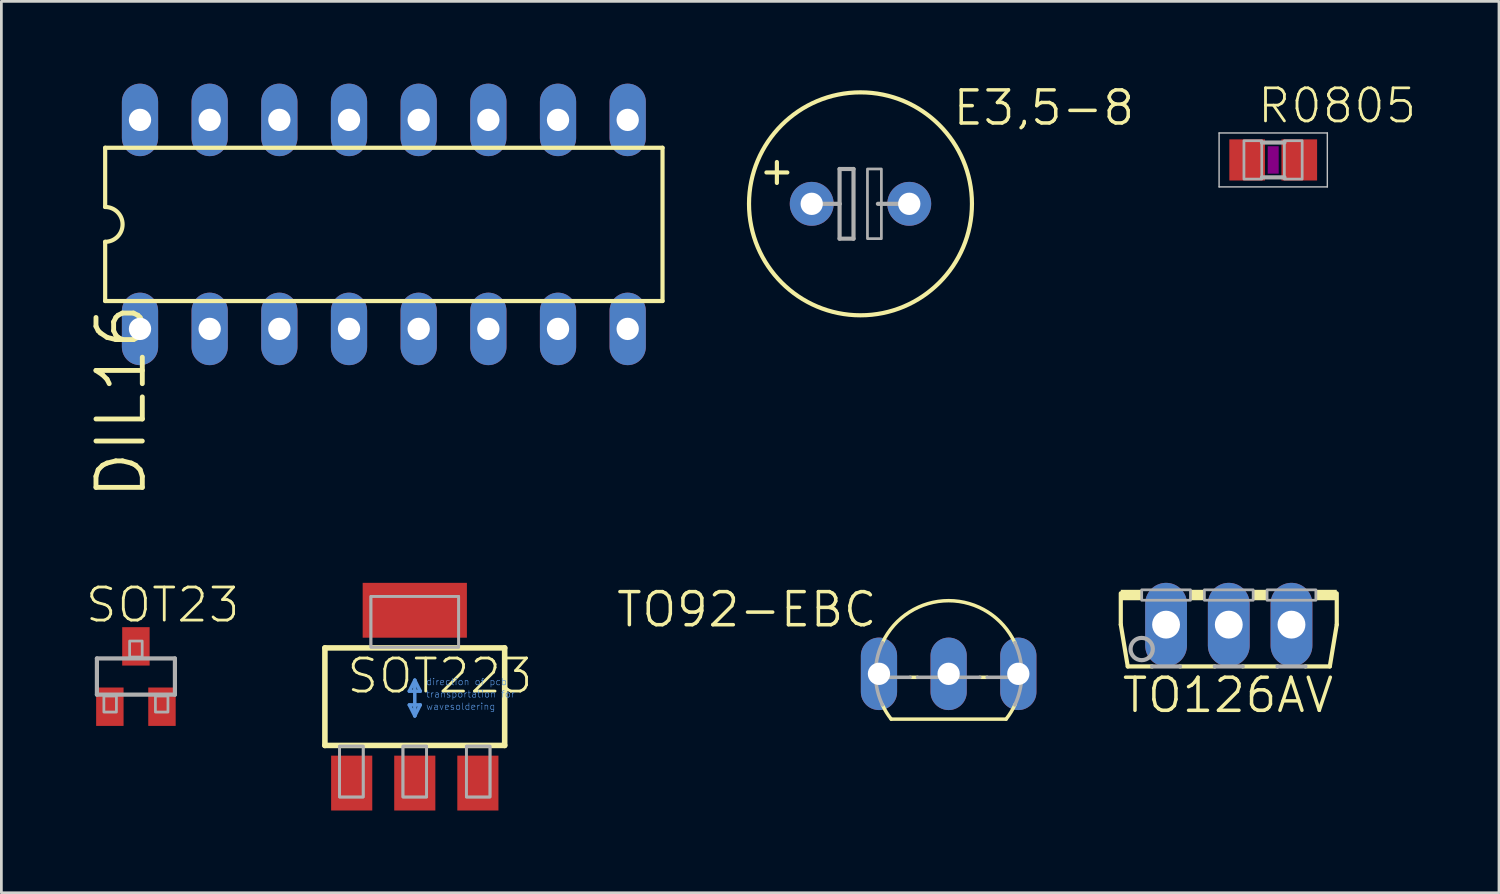
<source format=kicad_pcb>
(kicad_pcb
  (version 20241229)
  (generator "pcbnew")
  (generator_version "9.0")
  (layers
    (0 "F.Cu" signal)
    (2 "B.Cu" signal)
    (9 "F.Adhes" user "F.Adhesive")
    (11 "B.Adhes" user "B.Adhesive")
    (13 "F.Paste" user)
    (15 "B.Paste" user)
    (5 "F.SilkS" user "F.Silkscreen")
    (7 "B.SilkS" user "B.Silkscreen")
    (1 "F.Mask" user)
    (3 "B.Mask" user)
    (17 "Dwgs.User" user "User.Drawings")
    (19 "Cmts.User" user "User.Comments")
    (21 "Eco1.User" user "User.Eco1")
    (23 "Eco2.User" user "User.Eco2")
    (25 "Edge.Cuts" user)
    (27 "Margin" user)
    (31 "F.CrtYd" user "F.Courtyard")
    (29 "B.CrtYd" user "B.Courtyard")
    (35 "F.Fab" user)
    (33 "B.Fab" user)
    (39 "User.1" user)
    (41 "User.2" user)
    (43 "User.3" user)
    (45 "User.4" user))
  (footprint "SOT223"
    (layer "F.Cu")
    (at 12.072 22.349)
    (property "Reference" "SOT223" (at -2.54 -0.051 0) (layer "F.SilkS") (effects (font (size 1.206 1.206) (thickness 0.102)) (justify left bottom)))
    (attr through_hole)
    (fp_line (start -3.277 -1.778) (end 3.277 -1.778) (stroke (width 0.203) (type solid)) (layer "F.SilkS"))
    (fp_line (start -3.277 1.778) (end -3.277 -1.778) (stroke (width 0.203) (type solid)) (layer "F.SilkS"))
    (fp_line (start 3.277 -1.778) (end 3.277 1.778) (stroke (width 0.203) (type solid)) (layer "F.SilkS"))
    (fp_line (start 3.277 1.778) (end -3.277 1.778) (stroke (width 0.203) (type solid)) (layer "F.SilkS"))
    (fp_line (start -0.2 -0.2) (end 0.2 -0.2) (stroke (width 0.127) (type solid)) (layer "Cmts.User"))
    (fp_line (start -0.2 0.3) (end 0 0.7) (stroke (width 0.127) (type solid)) (layer "Cmts.User"))
    (fp_line (start 0 -0.6) (end -0.2 -0.2) (stroke (width 0.127) (type solid)) (layer "Cmts.User"))
    (fp_line (start 0 0.7) (end 0 -0.6) (stroke (width 0.127) (type solid)) (layer "Cmts.User"))
    (fp_line (start 0 0.7) (end 0.2 0.3) (stroke (width 0.127) (type solid)) (layer "Cmts.User"))
    (fp_line (start 0.2 -0.2) (end 0 -0.6) (stroke (width 0.127) (type solid)) (layer "Cmts.User"))
    (fp_line (start 0.2 0.3) (end -0.2 0.3) (stroke (width 0.127) (type solid)) (layer "Cmts.User"))
    (fp_poly (pts (xy -2.743 1.803) (xy -2.743 3.658) (xy -1.88 3.658) (xy -1.88 1.803)) (stroke (width 0.1) (type solid)) (fill no) (layer "F.Fab"))
    (fp_poly (pts (xy -2.743 1.803) (xy -2.743 3.658) (xy -1.88 3.658) (xy -1.88 1.803)) (stroke (width 0.1) (type solid)) (fill no) (layer "F.Fab"))
    (fp_poly (pts (xy -1.6 -3.658) (xy -1.6 -1.803) (xy 1.6 -1.803) (xy 1.6 -3.658)) (stroke (width 0.1) (type solid)) (fill no) (layer "F.Fab"))
    (fp_poly (pts (xy -1.6 -3.658) (xy -1.6 -1.803) (xy 1.6 -1.803) (xy 1.6 -3.658)) (stroke (width 0.1) (type solid)) (fill no) (layer "F.Fab"))
    (fp_poly (pts (xy -0.432 1.803) (xy -0.432 3.658) (xy 0.432 3.658) (xy 0.432 1.803)) (stroke (width 0.1) (type solid)) (fill no) (layer "F.Fab"))
    (fp_poly (pts (xy -0.432 1.803) (xy -0.432 3.658) (xy 0.432 3.658) (xy 0.432 1.803)) (stroke (width 0.1) (type solid)) (fill no) (layer "F.Fab"))
    (fp_poly (pts (xy 1.88 1.803) (xy 1.88 3.658) (xy 2.743 3.658) (xy 2.743 1.803)) (stroke (width 0.1) (type solid)) (fill no) (layer "F.Fab"))
    (fp_poly (pts (xy 1.88 1.803) (xy 1.88 3.658) (xy 2.743 3.658) (xy 2.743 1.803)) (stroke (width 0.1) (type solid)) (fill no) (layer "F.Fab"))
    (fp_text user "direction of pcb" (at 0.4 -0.4 0) (layer "Cmts.User") (effects (font (size 0.241 0.241) (thickness 0.02)) (justify left bottom)))
    (fp_text user "transportation for" (at 0.4 0.05 0) (layer "Cmts.User") (effects (font (size 0.241 0.241) (thickness 0.02)) (justify left bottom)))
    (fp_text user "wavesoldering" (at 0.4 0.5 0) (layer "Cmts.User") (effects (font (size 0.241 0.241) (thickness 0.02)) (justify left bottom)))
    (pad "1" smd rect (at -2.3 3.15) (size 1.5 2) (layers "F.Cu" "F.Mask" "F.Paste"))
    (pad "2" smd rect (at 0 3.15) (size 1.5 2) (layers "F.Cu" "F.Mask" "F.Paste"))
    (pad "3" smd rect (at 2.3 3.15) (size 1.5 2) (layers "F.Cu" "F.Mask" "F.Paste"))
    (pad "4" smd rect (at 0 -3.15) (size 3.8 2) (layers "F.Cu" "F.Mask" "F.Paste")))
  (footprint "DIL16"
    (layer "F.Cu")
    (at 10.944 5.131)
    (property "Reference" "DIL16" (at -10.566 2.794 90) (layer "F.SilkS") (effects (font (size 1.689 1.689) (thickness 0.178)) (justify right top)))
    (attr through_hole)
    (fp_line (start -10.16 -2.794) (end -10.16 -0.635) (stroke (width 0.152) (type solid)) (layer "F.SilkS"))
    (fp_line (start -10.16 0.635) (end -10.16 2.794) (stroke (width 0.152) (type solid)) (layer "F.SilkS"))
    (fp_line (start -10.16 2.794) (end 10.16 2.794) (stroke (width 0.152) (type solid)) (layer "F.SilkS"))
    (fp_line (start 10.16 -2.794) (end -10.16 -2.794) (stroke (width 0.152) (type solid)) (layer "F.SilkS"))
    (fp_line (start 10.16 2.794) (end 10.16 -2.794) (stroke (width 0.152) (type solid)) (layer "F.SilkS"))
    (fp_arc (start -10.16 -0.635) (mid -9.525 0) (end -10.16 0.635) (stroke (width 0.1524) (type solid)) (layer "F.SilkS"))
    (pad "1" thru_hole oval (at -8.89 3.81 90) (size 2.642 1.321) (drill 0.813) (layers "*.Cu" "*.Mask"))
    (pad "2" thru_hole oval (at -6.35 3.81 90) (size 2.642 1.321) (drill 0.813) (layers "*.Cu" "*.Mask"))
    (pad "3" thru_hole oval (at -3.81 3.81 90) (size 2.642 1.321) (drill 0.813) (layers "*.Cu" "*.Mask"))
    (pad "4" thru_hole oval (at -1.27 3.81 90) (size 2.642 1.321) (drill 0.813) (layers "*.Cu" "*.Mask"))
    (pad "5" thru_hole oval (at 1.27 3.81 90) (size 2.642 1.321) (drill 0.813) (layers "*.Cu" "*.Mask"))
    (pad "6" thru_hole oval (at 3.81 3.81 90) (size 2.642 1.321) (drill 0.813) (layers "*.Cu" "*.Mask"))
    (pad "7" thru_hole oval (at 6.35 3.81 90) (size 2.642 1.321) (drill 0.813) (layers "*.Cu" "*.Mask"))
    (pad "8" thru_hole oval (at 8.89 3.81 90) (size 2.642 1.321) (drill 0.813) (layers "*.Cu" "*.Mask"))
    (pad "9" thru_hole oval (at 8.89 -3.81 90) (size 2.642 1.321) (drill 0.813) (layers "*.Cu" "*.Mask"))
    (pad "10" thru_hole oval (at 6.35 -3.81 90) (size 2.642 1.321) (drill 0.813) (layers "*.Cu" "*.Mask"))
    (pad "11" thru_hole oval (at 3.81 -3.81 90) (size 2.642 1.321) (drill 0.813) (layers "*.Cu" "*.Mask"))
    (pad "12" thru_hole oval (at 1.27 -3.81 90) (size 2.642 1.321) (drill 0.813) (layers "*.Cu" "*.Mask"))
    (pad "13" thru_hole oval (at -1.27 -3.81 90) (size 2.642 1.321) (drill 0.813) (layers "*.Cu" "*.Mask"))
    (pad "14" thru_hole oval (at -3.81 -3.81 90) (size 2.642 1.321) (drill 0.813) (layers "*.Cu" "*.Mask"))
    (pad "15" thru_hole oval (at -6.35 -3.81 90) (size 2.642 1.321) (drill 0.813) (layers "*.Cu" "*.Mask"))
    (pad "16" thru_hole oval (at -8.89 -3.81 90) (size 2.642 1.321) (drill 0.813) (layers "*.Cu" "*.Mask")))
  (footprint "E3,5-8"
    (layer "F.Cu")
    (at 28.321 4.381)
    (property "Reference" "E3,5-8" (at 3.302 -2.794 0) (layer "F.SilkS") (effects (font (size 1.206 1.206) (thickness 0.127)) (justify left bottom)))
    (attr through_hole)
    (fp_line (start -3.429 -1.143) (end -2.667 -1.143) (stroke (width 0.152) (type solid)) (layer "F.SilkS"))
    (fp_line (start -3.048 -0.762) (end -3.048 -1.524) (stroke (width 0.152) (type solid)) (layer "F.SilkS"))
    (fp_circle (center 0 0) (end 4.064 0) (stroke (width 0.152) (type solid)) (fill no) (layer "F.SilkS"))
    (fp_line (start -1.651 0) (end -0.762 0) (stroke (width 0.152) (type solid)) (layer "F.Fab"))
    (fp_line (start -0.762 -1.27) (end -0.762 0) (stroke (width 0.152) (type solid)) (layer "F.Fab"))
    (fp_line (start -0.762 0) (end -0.762 1.27) (stroke (width 0.152) (type solid)) (layer "F.Fab"))
    (fp_line (start -0.762 1.27) (end -0.254 1.27) (stroke (width 0.152) (type solid)) (layer "F.Fab"))
    (fp_line (start -0.254 -1.27) (end -0.762 -1.27) (stroke (width 0.152) (type solid)) (layer "F.Fab"))
    (fp_line (start -0.254 1.27) (end -0.254 -1.27) (stroke (width 0.152) (type solid)) (layer "F.Fab"))
    (fp_line (start 0.635 0) (end 1.651 0) (stroke (width 0.152) (type solid)) (layer "F.Fab"))
    (fp_poly (pts (xy 0.254 1.27) (xy 0.762 1.27) (xy 0.762 -1.27) (xy 0.254 -1.27)) (stroke (width 0.1) (type solid)) (fill no) (layer "F.Fab"))
    (pad "+" thru_hole circle (at -1.778 0) (size 1.6 1.6) (drill 0.813) (layers "*.Cu" "*.Mask"))
    (pad "-" thru_hole circle (at 1.778 0) (size 1.6 1.6) (drill 0.813) (layers "*.Cu" "*.Mask")))
  (footprint "SOT23"
    (layer "F.Cu")
    (at 1.905 21.615)
    (property "Reference" "SOT23" (at -1.905 -1.905 0) (layer "F.SilkS") (effects (font (size 1.206 1.206) (thickness 0.102)) (justify left bottom)))
    (attr through_hole)
    (fp_line (start -1.422 -0.66) (end 1.422 -0.66) (stroke (width 0.152) (type solid)) (layer "F.Fab"))
    (fp_line (start -1.422 0.66) (end -1.422 -0.66) (stroke (width 0.152) (type solid)) (layer "F.Fab"))
    (fp_line (start 1.422 -0.66) (end 1.422 0.66) (stroke (width 0.152) (type solid)) (layer "F.Fab"))
    (fp_line (start 1.422 0.66) (end -1.422 0.66) (stroke (width 0.152) (type solid)) (layer "F.Fab"))
    (fp_poly (pts (xy -1.168 1.295) (xy -0.711 1.295) (xy -0.711 0.711) (xy -1.168 0.711)) (stroke (width 0.1) (type solid)) (fill no) (layer "F.Fab"))
    (fp_poly (pts (xy -0.229 -0.711) (xy 0.229 -0.711) (xy 0.229 -1.295) (xy -0.229 -1.295)) (stroke (width 0.1) (type solid)) (fill no) (layer "F.Fab"))
    (fp_poly (pts (xy 0.711 1.295) (xy 1.168 1.295) (xy 1.168 0.711) (xy 0.711 0.711)) (stroke (width 0.1) (type solid)) (fill no) (layer "F.Fab"))
    (pad "1" smd rect (at -0.95 1.1) (size 1 1.4) (layers "F.Cu" "F.Mask" "F.Paste"))
    (pad "2" smd rect (at 0.95 1.1) (size 1 1.4) (layers "F.Cu" "F.Mask" "F.Paste"))
    (pad "3" smd rect (at 0 -1.1) (size 1 1.4) (layers "F.Cu" "F.Mask" "F.Paste")))
  (footprint "TO92-EBC"
    (layer "F.Cu")
    (at 31.535 20.246)
    (property "Reference" "TO92-EBC" (at -2.54 -1.778 0) (layer "F.SilkS") (effects (font (size 1.206 1.206) (thickness 0.127)) (justify right top)))
    (attr through_hole)
    (fp_line (start -2.095 2.921) (end 2.095 2.921) (stroke (width 0.127) (type solid)) (layer "F.SilkS"))
    (fp_line (start -1.136 1.397) (end -1.404 1.397) (stroke (width 0.127) (type solid)) (layer "F.SilkS"))
    (fp_line (start 1.404 1.397) (end 1.136 1.397) (stroke (width 0.127) (type solid)) (layer "F.SilkS"))
    (fp_arc (start -2.413 0.1341) (mid 0 -1.39699) (end 2.413 0.1341) (stroke (width 0.127) (type solid)) (layer "F.SilkS"))
    (fp_arc (start -2.095 2.921) (mid -2.268918 2.67252) (end -2.4135 2.4059) (stroke (width 0.127) (type solid)) (layer "F.SilkS"))
    (fp_arc (start 2.4247 2.3818) (mid 2.275878 2.661201) (end 2.095 2.921) (stroke (width 0.127) (type solid)) (layer "F.SilkS"))
    (fp_line (start -1.404 1.397) (end -2.664 1.397) (stroke (width 0.127) (type solid)) (layer "F.Fab"))
    (fp_line (start 1.136 1.397) (end -1.136 1.397) (stroke (width 0.127) (type solid)) (layer "F.Fab"))
    (fp_line (start 2.664 1.397) (end 1.404 1.397) (stroke (width 0.127) (type solid)) (layer "F.Fab"))
    (fp_arc (start -2.664 1.397) (mid -2.615858 0.750175) (end -2.413 0.1341) (stroke (width 0.127) (type solid)) (layer "F.Fab"))
    (fp_arc (start -2.413 2.4059) (mid -2.588137 1.913799) (end -2.664 1.397) (stroke (width 0.127) (type solid)) (layer "F.Fab"))
    (fp_arc (start 2.413 0.1341) (mid 2.615858 0.750175) (end 2.664 1.397) (stroke (width 0.127) (type solid)) (layer "F.Fab"))
    (fp_arc (start 2.664 1.397) (mid 2.588137 1.913799) (end 2.413 2.4059) (stroke (width 0.127) (type solid)) (layer "F.Fab"))
    (pad "B" thru_hole oval (at 0 1.27 90) (size 2.642 1.321) (drill 0.813) (layers "*.Cu" "*.Mask"))
    (pad "C" thru_hole oval (at 2.54 1.27 90) (size 2.642 1.321) (drill 0.813) (layers "*.Cu" "*.Mask"))
    (pad "E" thru_hole oval (at -2.54 1.27 90) (size 2.642 1.321) (drill 0.813) (layers "*.Cu" "*.Mask")))
  (footprint "TO126AV"
    (layer "F.Cu")
    (at 41.748 18.453)
    (property "Reference" "TO126AV" (at -3.962 4.547 0) (layer "F.SilkS") (effects (font (size 1.206 1.206) (thickness 0.127)) (justify left bottom)))
    (attr through_hole)
    (fp_line (start -3.937 0.127) (end -3.937 1.27) (stroke (width 0.152) (type solid)) (layer "F.SilkS"))
    (fp_line (start -3.937 1.27) (end -3.683 2.794) (stroke (width 0.152) (type solid)) (layer "F.SilkS"))
    (fp_line (start -3.683 2.794) (end -2.794 2.794) (stroke (width 0.152) (type solid)) (layer "F.SilkS"))
    (fp_line (start -1.778 2.794) (end -0.508 2.794) (stroke (width 0.152) (type solid)) (layer "F.SilkS"))
    (fp_line (start 0.508 2.794) (end 1.778 2.794) (stroke (width 0.152) (type solid)) (layer "F.SilkS"))
    (fp_line (start 2.794 2.794) (end 3.683 2.794) (stroke (width 0.152) (type solid)) (layer "F.SilkS"))
    (fp_line (start 3.683 2.794) (end 3.937 1.27) (stroke (width 0.152) (type solid)) (layer "F.SilkS"))
    (fp_line (start 3.937 1.27) (end 3.937 0.127) (stroke (width 0.152) (type solid)) (layer "F.SilkS"))
    (fp_poly (pts (xy -3.937 0.381) (xy -3.175 0.381) (xy -3.175 0) (xy -3.937 0)) (stroke (width 0) (type solid)) (fill yes) (layer "F.SilkS"))
    (fp_poly (pts (xy -1.397 0.381) (xy -0.889 0.381) (xy -0.889 0) (xy -1.397 0)) (stroke (width 0) (type solid)) (fill yes) (layer "F.SilkS"))
    (fp_poly (pts (xy 0.889 0.381) (xy 1.397 0.381) (xy 1.397 0) (xy 0.889 0)) (stroke (width 0) (type solid)) (fill yes) (layer "F.SilkS"))
    (fp_poly (pts (xy 3.175 0.381) (xy 3.937 0.381) (xy 3.937 0) (xy 3.175 0)) (stroke (width 0) (type solid)) (fill yes) (layer "F.SilkS"))
    (fp_line (start -2.794 2.794) (end -1.778 2.794) (stroke (width 0.152) (type solid)) (layer "F.Fab"))
    (fp_line (start -0.508 2.794) (end 0.508 2.794) (stroke (width 0.152) (type solid)) (layer "F.Fab"))
    (fp_line (start 1.778 2.794) (end 2.794 2.794) (stroke (width 0.152) (type solid)) (layer "F.Fab"))
    (fp_circle (center -3.175 2.159) (end -2.769 2.159) (stroke (width 0.152) (type solid)) (fill no) (layer "F.Fab"))
    (fp_poly (pts (xy -3.175 0.381) (xy -1.397 0.381) (xy -1.397 0) (xy -3.175 0)) (stroke (width 0.1) (type solid)) (fill no) (layer "F.Fab"))
    (fp_poly (pts (xy -0.889 0.381) (xy 0.889 0.381) (xy 0.889 0) (xy -0.889 0)) (stroke (width 0.1) (type solid)) (fill no) (layer "F.Fab"))
    (fp_poly (pts (xy 1.397 0.381) (xy 3.175 0.381) (xy 3.175 0) (xy 1.397 0)) (stroke (width 0.1) (type solid)) (fill no) (layer "F.Fab"))
    (pad "B" thru_hole oval (at 2.286 1.27 90) (size 3.048 1.524) (drill 1.016) (layers "*.Cu" "*.Mask"))
    (pad "C" thru_hole oval (at 0 1.27 90) (size 3.048 1.524) (drill 1.016) (layers "*.Cu" "*.Mask"))
    (pad "E" thru_hole oval (at -2.286 1.27 90) (size 3.048 1.524) (drill 1.016) (layers "*.Cu" "*.Mask")))
  (footprint "R0805"
    (layer "F.Cu")
    (at 43.368 2.781)
    (property "Reference" "R0805" (at -0.635 -1.27 0) (layer "F.SilkS") (effects (font (size 1.206 1.206) (thickness 0.102)) (justify left bottom)))
    (attr through_hole)
    (fp_poly (pts (xy -0.2 0.5) (xy 0.2 0.5) (xy 0.2 -0.5) (xy -0.2 -0.5)) (stroke (width 0) (type solid)) (fill yes) (layer "F.Adhes"))
    (fp_line (start -1.973 -0.983) (end 1.973 -0.983) (stroke (width 0.051) (type solid)) (layer "Dwgs.User"))
    (fp_line (start -1.973 0.983) (end -1.973 -0.983) (stroke (width 0.051) (type solid)) (layer "Dwgs.User"))
    (fp_line (start 1.973 -0.983) (end 1.973 0.983) (stroke (width 0.051) (type solid)) (layer "Dwgs.User"))
    (fp_line (start 1.973 0.983) (end -1.973 0.983) (stroke (width 0.051) (type solid)) (layer "Dwgs.User"))
    (fp_line (start -0.41 -0.635) (end 0.41 -0.635) (stroke (width 0.152) (type solid)) (layer "F.Fab"))
    (fp_line (start -0.41 0.635) (end 0.41 0.635) (stroke (width 0.152) (type solid)) (layer "F.Fab"))
    (fp_poly (pts (xy -1.067 0.699) (xy -0.417 0.699) (xy -0.417 -0.702) (xy -1.067 -0.702)) (stroke (width 0.1) (type solid)) (fill no) (layer "F.Fab"))
    (fp_poly (pts (xy 0.406 0.699) (xy 1.056 0.699) (xy 1.056 -0.702) (xy 0.406 -0.702)) (stroke (width 0.1) (type solid)) (fill no) (layer "F.Fab"))
    (pad "1" smd rect (at -0.95 0) (size 1.3 1.5) (layers "F.Cu" "F.Mask" "F.Paste"))
    (pad "2" smd rect (at 0.95 0) (size 1.3 1.5) (layers "F.Cu" "F.Mask" "F.Paste")))
  (gr_rect
    (start -3 -3)
    (end 51.599 29.499)
    (stroke (width 0.1) (type default))
    (fill no)
    (layer "Edge.Cuts")))
</source>
